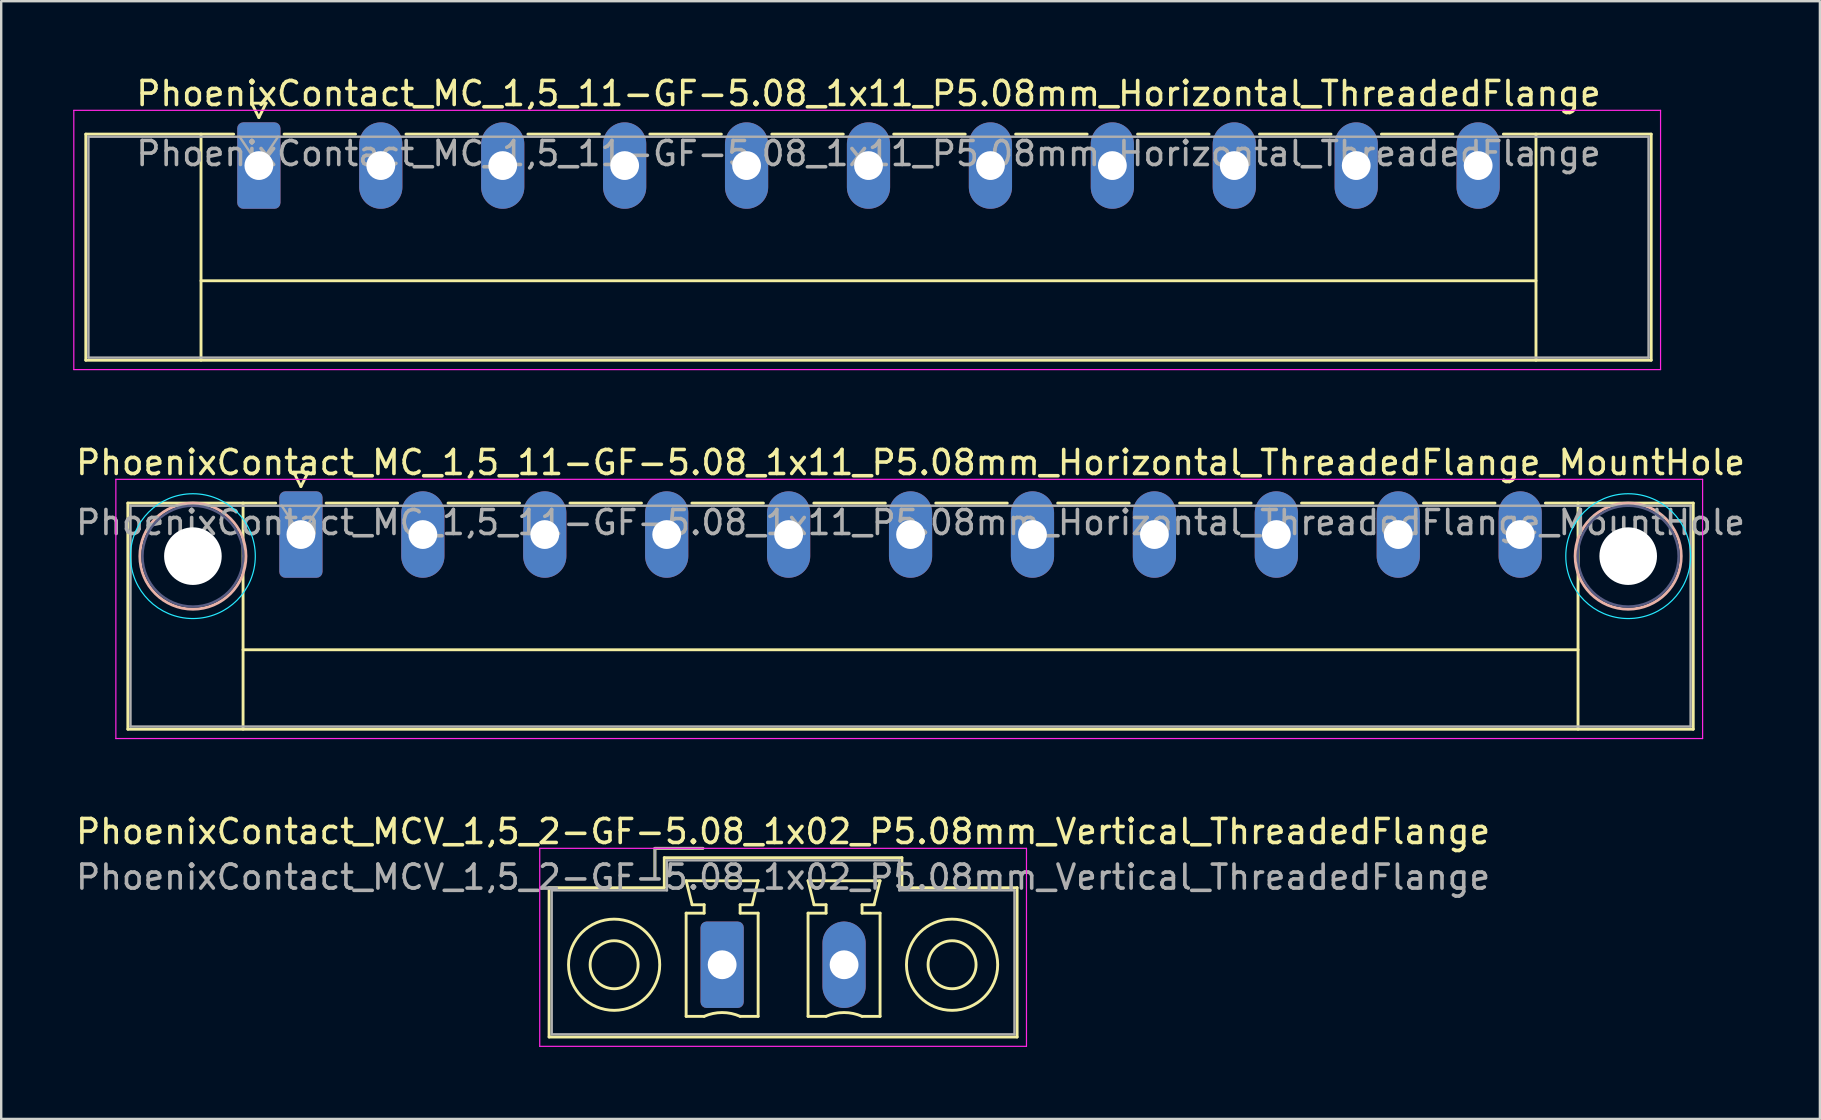
<source format=kicad_pcb>
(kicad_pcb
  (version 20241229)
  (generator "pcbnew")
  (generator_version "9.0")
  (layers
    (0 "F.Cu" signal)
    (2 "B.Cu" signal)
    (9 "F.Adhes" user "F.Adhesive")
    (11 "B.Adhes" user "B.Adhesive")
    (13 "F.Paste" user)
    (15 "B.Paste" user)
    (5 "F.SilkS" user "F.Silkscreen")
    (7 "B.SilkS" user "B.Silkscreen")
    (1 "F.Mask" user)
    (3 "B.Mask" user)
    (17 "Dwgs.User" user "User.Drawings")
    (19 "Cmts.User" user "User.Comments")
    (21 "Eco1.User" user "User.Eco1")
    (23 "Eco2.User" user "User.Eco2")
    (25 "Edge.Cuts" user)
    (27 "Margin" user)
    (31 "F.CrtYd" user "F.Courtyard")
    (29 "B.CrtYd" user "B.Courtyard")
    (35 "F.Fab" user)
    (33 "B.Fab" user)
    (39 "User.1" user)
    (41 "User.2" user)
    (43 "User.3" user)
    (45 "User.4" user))
  (footprint "PhoenixContact_MCV_1,5_2-GF-5.08_1x02_P5.08mm_Vertical_ThreadedFlange"
    (layer "F.Cu")
    (at 27.037 37.145)
    (property "Reference" "PhoenixContact_MCV_1,5_2-GF-5.08_1x02_P5.08mm_Vertical_ThreadedFlange" (at 2.54 -5.55 0) (layer "F.SilkS") (effects (font (size 1 1) (thickness 0.15))))
    (attr through_hole)
    (fp_line (start -7.21 -3.21) (end -7.21 3.01) (stroke (width 0.12) (type solid)) (layer "F.SilkS"))
    (fp_line (start -7.21 3.01) (end 12.29 3.01) (stroke (width 0.12) (type solid)) (layer "F.SilkS"))
    (fp_line (start -2.8 -4.85) (end -0.8 -4.85) (stroke (width 0.12) (type solid)) (layer "F.SilkS"))
    (fp_line (start -2.8 -3.6) (end -2.8 -4.85) (stroke (width 0.12) (type solid)) (layer "F.SilkS"))
    (fp_line (start -2.41 -4.46) (end -2.41 -3.21) (stroke (width 0.12) (type solid)) (layer "F.SilkS"))
    (fp_line (start -2.41 -3.21) (end -7.21 -3.21) (stroke (width 0.12) (type solid)) (layer "F.SilkS"))
    (fp_line (start -1.5 -3.5) (end 1.5 -3.5) (stroke (width 0.12) (type solid)) (layer "F.SilkS"))
    (fp_line (start -1.5 -2.15) (end -0.75 -2.15) (stroke (width 0.12) (type solid)) (layer "F.SilkS"))
    (fp_line (start -1.5 2.15) (end -1.5 -2.15) (stroke (width 0.12) (type solid)) (layer "F.SilkS"))
    (fp_line (start -1.25 -2.5) (end -1.5 -3.5) (stroke (width 0.12) (type solid)) (layer "F.SilkS"))
    (fp_line (start -0.75 -2.5) (end -1.25 -2.5) (stroke (width 0.12) (type solid)) (layer "F.SilkS"))
    (fp_line (start -0.75 -2.15) (end -0.75 -2.5) (stroke (width 0.12) (type solid)) (layer "F.SilkS"))
    (fp_line (start -0.75 2.15) (end -1.5 2.15) (stroke (width 0.12) (type solid)) (layer "F.SilkS"))
    (fp_line (start 0.75 -2.5) (end 0.75 -2.15) (stroke (width 0.12) (type solid)) (layer "F.SilkS"))
    (fp_line (start 0.75 -2.15) (end 1.5 -2.15) (stroke (width 0.12) (type solid)) (layer "F.SilkS"))
    (fp_line (start 1.25 -2.5) (end 0.75 -2.5) (stroke (width 0.12) (type solid)) (layer "F.SilkS"))
    (fp_line (start 1.5 -3.5) (end 1.25 -2.5) (stroke (width 0.12) (type solid)) (layer "F.SilkS"))
    (fp_line (start 1.5 -2.15) (end 1.5 2.15) (stroke (width 0.12) (type solid)) (layer "F.SilkS"))
    (fp_line (start 1.5 2.15) (end 0.75 2.15) (stroke (width 0.12) (type solid)) (layer "F.SilkS"))
    (fp_line (start 3.58 -3.5) (end 6.58 -3.5) (stroke (width 0.12) (type solid)) (layer "F.SilkS"))
    (fp_line (start 3.58 -2.15) (end 4.33 -2.15) (stroke (width 0.12) (type solid)) (layer "F.SilkS"))
    (fp_line (start 3.58 2.15) (end 3.58 -2.15) (stroke (width 0.12) (type solid)) (layer "F.SilkS"))
    (fp_line (start 3.83 -2.5) (end 3.58 -3.5) (stroke (width 0.12) (type solid)) (layer "F.SilkS"))
    (fp_line (start 4.33 -2.5) (end 3.83 -2.5) (stroke (width 0.12) (type solid)) (layer "F.SilkS"))
    (fp_line (start 4.33 -2.15) (end 4.33 -2.5) (stroke (width 0.12) (type solid)) (layer "F.SilkS"))
    (fp_line (start 4.33 2.15) (end 3.58 2.15) (stroke (width 0.12) (type solid)) (layer "F.SilkS"))
    (fp_line (start 5.83 -2.5) (end 5.83 -2.15) (stroke (width 0.12) (type solid)) (layer "F.SilkS"))
    (fp_line (start 5.83 -2.15) (end 6.58 -2.15) (stroke (width 0.12) (type solid)) (layer "F.SilkS"))
    (fp_line (start 6.33 -2.5) (end 5.83 -2.5) (stroke (width 0.12) (type solid)) (layer "F.SilkS"))
    (fp_line (start 6.58 -3.5) (end 6.33 -2.5) (stroke (width 0.12) (type solid)) (layer "F.SilkS"))
    (fp_line (start 6.58 -2.15) (end 6.58 2.15) (stroke (width 0.12) (type solid)) (layer "F.SilkS"))
    (fp_line (start 6.58 2.15) (end 5.83 2.15) (stroke (width 0.12) (type solid)) (layer "F.SilkS"))
    (fp_line (start 7.49 -4.46) (end -2.41 -4.46) (stroke (width 0.12) (type solid)) (layer "F.SilkS"))
    (fp_line (start 7.49 -3.21) (end 7.49 -4.46) (stroke (width 0.12) (type solid)) (layer "F.SilkS"))
    (fp_line (start 12.29 -3.21) (end 7.49 -3.21) (stroke (width 0.12) (type solid)) (layer "F.SilkS"))
    (fp_line (start 12.29 3.01) (end 12.29 -3.21) (stroke (width 0.12) (type solid)) (layer "F.SilkS"))
    (fp_arc (start -0.75 2.15) (mid -0.000193 1.99191) (end 0.749647 2.149844) (stroke (width 0.12) (type solid)) (layer "F.SilkS"))
    (fp_arc (start 4.33 2.15) (mid 5.079807 1.99191) (end 5.829647 2.149844) (stroke (width 0.12) (type solid)) (layer "F.SilkS"))
    (fp_circle (center -4.5 0) (end -3.5 0) (stroke (width 0.12) (type solid)) (fill no) (layer "F.SilkS"))
    (fp_circle (center -4.5 0) (end -2.6 0) (stroke (width 0.12) (type solid)) (fill no) (layer "F.SilkS"))
    (fp_circle (center 9.58 0) (end 10.58 0) (stroke (width 0.12) (type solid)) (fill no) (layer "F.SilkS"))
    (fp_circle (center 9.58 0) (end 11.48 0) (stroke (width 0.12) (type solid)) (fill no) (layer "F.SilkS"))
    (fp_line (start -7.6 -4.85) (end -7.6 3.4) (stroke (width 0.05) (type solid)) (layer "F.CrtYd"))
    (fp_line (start -7.6 3.4) (end 12.68 3.4) (stroke (width 0.05) (type solid)) (layer "F.CrtYd"))
    (fp_line (start 12.68 -4.85) (end -7.6 -4.85) (stroke (width 0.05) (type solid)) (layer "F.CrtYd"))
    (fp_line (start 12.68 3.4) (end 12.68 -4.85) (stroke (width 0.05) (type solid)) (layer "F.CrtYd"))
    (fp_line (start -7.1 -3.1) (end -7.1 2.9) (stroke (width 0.1) (type solid)) (layer "F.Fab"))
    (fp_line (start -7.1 2.9) (end 12.18 2.9) (stroke (width 0.1) (type solid)) (layer "F.Fab"))
    (fp_line (start -2.8 -4.85) (end -0.8 -4.85) (stroke (width 0.1) (type solid)) (layer "F.Fab"))
    (fp_line (start -2.8 -3.6) (end -2.8 -4.85) (stroke (width 0.1) (type solid)) (layer "F.Fab"))
    (fp_line (start -2.3 -4.35) (end -2.3 -3.1) (stroke (width 0.1) (type solid)) (layer "F.Fab"))
    (fp_line (start -2.3 -3.1) (end -7.1 -3.1) (stroke (width 0.1) (type solid)) (layer "F.Fab"))
    (fp_line (start 7.38 -4.35) (end -2.3 -4.35) (stroke (width 0.1) (type solid)) (layer "F.Fab"))
    (fp_line (start 7.38 -3.1) (end 7.38 -4.35) (stroke (width 0.1) (type solid)) (layer "F.Fab"))
    (fp_line (start 12.18 -3.1) (end 7.38 -3.1) (stroke (width 0.1) (type solid)) (layer "F.Fab"))
    (fp_line (start 12.18 2.9) (end 12.18 -3.1) (stroke (width 0.1) (type solid)) (layer "F.Fab"))
    (fp_text user "${REFERENCE}" (at 2.54 -3.65 0) (layer "F.Fab") (effects (font (size 1 1) (thickness 0.15))))
    (pad "1" thru_hole roundrect (at 0 0) (size 1.8 3.6) (drill 1.2) (layers "*.Cu" "*.Mask") (roundrect_rratio 0.139))
    (pad "2" thru_hole oval (at 5.08 0) (size 1.8 3.6) (drill 1.2) (layers "*.Cu" "*.Mask")))
  (footprint "PhoenixContact_MC_1,5_11-GF-5.08_1x11_P5.08mm_Horizontal_ThreadedFlange_MountHole"
    (layer "F.Cu")
    (at 9.487 19.221)
    (property "Reference" "PhoenixContact_MC_1,5_11-GF-5.08_1x11_P5.08mm_Horizontal_ThreadedFlange_MountHole" (at 25.4 -3 0) (layer "F.SilkS") (effects (font (size 1 1) (thickness 0.15))))
    (attr through_hole)
    (fp_line (start -7.21 -1.31) (end -7.21 8.11) (stroke (width 0.12) (type solid)) (layer "F.SilkS"))
    (fp_line (start -7.21 -1.31) (end -1.05 -1.31) (stroke (width 0.12) (type solid)) (layer "F.SilkS"))
    (fp_line (start -7.21 8.11) (end 58.01 8.11) (stroke (width 0.12) (type solid)) (layer "F.SilkS"))
    (fp_line (start -2.41 -1.31) (end -2.41 8.11) (stroke (width 0.12) (type solid)) (layer "F.SilkS"))
    (fp_line (start -2.41 4.8) (end 53.21 4.8) (stroke (width 0.12) (type solid)) (layer "F.SilkS"))
    (fp_line (start -0.3 -2.6) (end 0.3 -2.6) (stroke (width 0.12) (type solid)) (layer "F.SilkS"))
    (fp_line (start 0 -2) (end -0.3 -2.6) (stroke (width 0.12) (type solid)) (layer "F.SilkS"))
    (fp_line (start 0.3 -2.6) (end 0 -2) (stroke (width 0.12) (type solid)) (layer "F.SilkS"))
    (fp_line (start 1.05 -1.31) (end 4.03 -1.31) (stroke (width 0.12) (type solid)) (layer "F.SilkS"))
    (fp_line (start 6.13 -1.31) (end 9.11 -1.31) (stroke (width 0.12) (type solid)) (layer "F.SilkS"))
    (fp_line (start 11.21 -1.31) (end 14.19 -1.31) (stroke (width 0.12) (type solid)) (layer "F.SilkS"))
    (fp_line (start 16.29 -1.31) (end 19.27 -1.31) (stroke (width 0.12) (type solid)) (layer "F.SilkS"))
    (fp_line (start 21.37 -1.31) (end 24.35 -1.31) (stroke (width 0.12) (type solid)) (layer "F.SilkS"))
    (fp_line (start 26.45 -1.31) (end 29.43 -1.31) (stroke (width 0.12) (type solid)) (layer "F.SilkS"))
    (fp_line (start 31.53 -1.31) (end 34.51 -1.31) (stroke (width 0.12) (type solid)) (layer "F.SilkS"))
    (fp_line (start 36.61 -1.31) (end 39.59 -1.31) (stroke (width 0.12) (type solid)) (layer "F.SilkS"))
    (fp_line (start 41.69 -1.31) (end 44.67 -1.31) (stroke (width 0.12) (type solid)) (layer "F.SilkS"))
    (fp_line (start 46.77 -1.31) (end 49.75 -1.31) (stroke (width 0.12) (type solid)) (layer "F.SilkS"))
    (fp_line (start 53.21 -1.31) (end 53.21 8.11) (stroke (width 0.12) (type solid)) (layer "F.SilkS"))
    (fp_line (start 58.01 -1.31) (end 51.85 -1.31) (stroke (width 0.12) (type solid)) (layer "F.SilkS"))
    (fp_line (start 58.01 8.11) (end 58.01 -1.31) (stroke (width 0.12) (type solid)) (layer "F.SilkS"))
    (fp_circle (center -4.5 0.9) (end -2.29 0.9) (stroke (width 0.12) (type solid)) (fill no) (layer "B.SilkS"))
    (fp_circle (center 55.3 0.9) (end 57.51 0.9) (stroke (width 0.12) (type solid)) (fill no) (layer "B.SilkS"))
    (fp_circle (center -4.5 0.9) (end -1.9 0.9) (stroke (width 0.05) (type solid)) (fill no) (layer "B.CrtYd"))
    (fp_circle (center 55.3 0.9) (end 57.9 0.9) (stroke (width 0.05) (type solid)) (fill no) (layer "B.CrtYd"))
    (fp_line (start -7.71 -2.3) (end -7.71 8.5) (stroke (width 0.05) (type solid)) (layer "F.CrtYd"))
    (fp_line (start -7.71 8.5) (end 58.4 8.5) (stroke (width 0.05) (type solid)) (layer "F.CrtYd"))
    (fp_line (start 58.4 -2.3) (end -7.71 -2.3) (stroke (width 0.05) (type solid)) (layer "F.CrtYd"))
    (fp_line (start 58.4 8.5) (end 58.4 -2.3) (stroke (width 0.05) (type solid)) (layer "F.CrtYd"))
    (fp_circle (center -4.5 0.9) (end -2.4 0.9) (stroke (width 0.1) (type solid)) (fill no) (layer "B.Fab"))
    (fp_circle (center 55.3 0.9) (end 57.4 0.9) (stroke (width 0.1) (type solid)) (fill no) (layer "B.Fab"))
    (fp_line (start -7.1 -1.2) (end -7.1 8) (stroke (width 0.1) (type solid)) (layer "F.Fab"))
    (fp_line (start -7.1 8) (end 57.9 8) (stroke (width 0.1) (type solid)) (layer "F.Fab"))
    (fp_line (start 0 0) (end -0.8 -1.2) (stroke (width 0.1) (type solid)) (layer "F.Fab"))
    (fp_line (start 0.8 -1.2) (end 0 0) (stroke (width 0.1) (type solid)) (layer "F.Fab"))
    (fp_line (start 57.9 -1.2) (end -7.1 -1.2) (stroke (width 0.1) (type solid)) (layer "F.Fab"))
    (fp_line (start 57.9 8) (end 57.9 -1.2) (stroke (width 0.1) (type solid)) (layer "F.Fab"))
    (fp_text user "${REFERENCE}" (at 25.4 -0.5 0) (layer "F.Fab") (effects (font (size 1 1) (thickness 0.15))))
    (pad "" np_thru_hole circle (at -4.5 0.9) (size 2.4 2.4) (drill 2.4) (layers "*.Cu" "*.Mask"))
    (pad "" np_thru_hole circle (at 55.3 0.9) (size 2.4 2.4) (drill 2.4) (layers "*.Cu" "*.Mask"))
    (pad "1" thru_hole roundrect (at 0 0) (size 1.8 3.6) (drill 1.2) (layers "*.Cu" "*.Mask") (roundrect_rratio 0.139))
    (pad "2" thru_hole oval (at 5.08 0) (size 1.8 3.6) (drill 1.2) (layers "*.Cu" "*.Mask"))
    (pad "3" thru_hole oval (at 10.16 0) (size 1.8 3.6) (drill 1.2) (layers "*.Cu" "*.Mask"))
    (pad "4" thru_hole oval (at 15.24 0) (size 1.8 3.6) (drill 1.2) (layers "*.Cu" "*.Mask"))
    (pad "5" thru_hole oval (at 20.32 0) (size 1.8 3.6) (drill 1.2) (layers "*.Cu" "*.Mask"))
    (pad "6" thru_hole oval (at 25.4 0) (size 1.8 3.6) (drill 1.2) (layers "*.Cu" "*.Mask"))
    (pad "7" thru_hole oval (at 30.48 0) (size 1.8 3.6) (drill 1.2) (layers "*.Cu" "*.Mask"))
    (pad "8" thru_hole oval (at 35.56 0) (size 1.8 3.6) (drill 1.2) (layers "*.Cu" "*.Mask"))
    (pad "9" thru_hole oval (at 40.64 0) (size 1.8 3.6) (drill 1.2) (layers "*.Cu" "*.Mask"))
    (pad "10" thru_hole oval (at 45.72 0) (size 1.8 3.6) (drill 1.2) (layers "*.Cu" "*.Mask"))
    (pad "11" thru_hole oval (at 50.8 0) (size 1.8 3.6) (drill 1.2) (layers "*.Cu" "*.Mask")))
  (footprint "PhoenixContact_MC_1,5_11-GF-5.08_1x11_P5.08mm_Horizontal_ThreadedFlange"
    (layer "F.Cu")
    (at 7.735 3.848)
    (property "Reference" "PhoenixContact_MC_1,5_11-GF-5.08_1x11_P5.08mm_Horizontal_ThreadedFlange" (at 25.4 -3 0) (layer "F.SilkS") (effects (font (size 1 1) (thickness 0.15))))
    (attr through_hole)
    (fp_line (start -7.21 -1.31) (end -7.21 8.11) (stroke (width 0.12) (type solid)) (layer "F.SilkS"))
    (fp_line (start -7.21 -1.31) (end -1.05 -1.31) (stroke (width 0.12) (type solid)) (layer "F.SilkS"))
    (fp_line (start -7.21 8.11) (end 58.01 8.11) (stroke (width 0.12) (type solid)) (layer "F.SilkS"))
    (fp_line (start -2.41 -1.31) (end -2.41 8.11) (stroke (width 0.12) (type solid)) (layer "F.SilkS"))
    (fp_line (start -2.41 4.8) (end 53.21 4.8) (stroke (width 0.12) (type solid)) (layer "F.SilkS"))
    (fp_line (start -0.3 -2.6) (end 0.3 -2.6) (stroke (width 0.12) (type solid)) (layer "F.SilkS"))
    (fp_line (start 0 -2) (end -0.3 -2.6) (stroke (width 0.12) (type solid)) (layer "F.SilkS"))
    (fp_line (start 0.3 -2.6) (end 0 -2) (stroke (width 0.12) (type solid)) (layer "F.SilkS"))
    (fp_line (start 1.05 -1.31) (end 4.03 -1.31) (stroke (width 0.12) (type solid)) (layer "F.SilkS"))
    (fp_line (start 6.13 -1.31) (end 9.11 -1.31) (stroke (width 0.12) (type solid)) (layer "F.SilkS"))
    (fp_line (start 11.21 -1.31) (end 14.19 -1.31) (stroke (width 0.12) (type solid)) (layer "F.SilkS"))
    (fp_line (start 16.29 -1.31) (end 19.27 -1.31) (stroke (width 0.12) (type solid)) (layer "F.SilkS"))
    (fp_line (start 21.37 -1.31) (end 24.35 -1.31) (stroke (width 0.12) (type solid)) (layer "F.SilkS"))
    (fp_line (start 26.45 -1.31) (end 29.43 -1.31) (stroke (width 0.12) (type solid)) (layer "F.SilkS"))
    (fp_line (start 31.53 -1.31) (end 34.51 -1.31) (stroke (width 0.12) (type solid)) (layer "F.SilkS"))
    (fp_line (start 36.61 -1.31) (end 39.59 -1.31) (stroke (width 0.12) (type solid)) (layer "F.SilkS"))
    (fp_line (start 41.69 -1.31) (end 44.67 -1.31) (stroke (width 0.12) (type solid)) (layer "F.SilkS"))
    (fp_line (start 46.77 -1.31) (end 49.75 -1.31) (stroke (width 0.12) (type solid)) (layer "F.SilkS"))
    (fp_line (start 53.21 -1.31) (end 53.21 8.11) (stroke (width 0.12) (type solid)) (layer "F.SilkS"))
    (fp_line (start 58.01 -1.31) (end 51.85 -1.31) (stroke (width 0.12) (type solid)) (layer "F.SilkS"))
    (fp_line (start 58.01 8.11) (end 58.01 -1.31) (stroke (width 0.12) (type solid)) (layer "F.SilkS"))
    (fp_line (start -7.71 -2.3) (end -7.71 8.5) (stroke (width 0.05) (type solid)) (layer "F.CrtYd"))
    (fp_line (start -7.71 8.5) (end 58.4 8.5) (stroke (width 0.05) (type solid)) (layer "F.CrtYd"))
    (fp_line (start 58.4 -2.3) (end -7.71 -2.3) (stroke (width 0.05) (type solid)) (layer "F.CrtYd"))
    (fp_line (start 58.4 8.5) (end 58.4 -2.3) (stroke (width 0.05) (type solid)) (layer "F.CrtYd"))
    (fp_line (start -7.1 -1.2) (end -7.1 8) (stroke (width 0.1) (type solid)) (layer "F.Fab"))
    (fp_line (start -7.1 8) (end 57.9 8) (stroke (width 0.1) (type solid)) (layer "F.Fab"))
    (fp_line (start 0 0) (end -0.8 -1.2) (stroke (width 0.1) (type solid)) (layer "F.Fab"))
    (fp_line (start 0.8 -1.2) (end 0 0) (stroke (width 0.1) (type solid)) (layer "F.Fab"))
    (fp_line (start 57.9 -1.2) (end -7.1 -1.2) (stroke (width 0.1) (type solid)) (layer "F.Fab"))
    (fp_line (start 57.9 8) (end 57.9 -1.2) (stroke (width 0.1) (type solid)) (layer "F.Fab"))
    (fp_text user "${REFERENCE}" (at 25.4 -0.5 0) (layer "F.Fab") (effects (font (size 1 1) (thickness 0.15))))
    (pad "1" thru_hole roundrect (at 0 0) (size 1.8 3.6) (drill 1.2) (layers "*.Cu" "*.Mask") (roundrect_rratio 0.139))
    (pad "2" thru_hole oval (at 5.08 0) (size 1.8 3.6) (drill 1.2) (layers "*.Cu" "*.Mask"))
    (pad "3" thru_hole oval (at 10.16 0) (size 1.8 3.6) (drill 1.2) (layers "*.Cu" "*.Mask"))
    (pad "4" thru_hole oval (at 15.24 0) (size 1.8 3.6) (drill 1.2) (layers "*.Cu" "*.Mask"))
    (pad "5" thru_hole oval (at 20.32 0) (size 1.8 3.6) (drill 1.2) (layers "*.Cu" "*.Mask"))
    (pad "6" thru_hole oval (at 25.4 0) (size 1.8 3.6) (drill 1.2) (layers "*.Cu" "*.Mask"))
    (pad "7" thru_hole oval (at 30.48 0) (size 1.8 3.6) (drill 1.2) (layers "*.Cu" "*.Mask"))
    (pad "8" thru_hole oval (at 35.56 0) (size 1.8 3.6) (drill 1.2) (layers "*.Cu" "*.Mask"))
    (pad "9" thru_hole oval (at 40.64 0) (size 1.8 3.6) (drill 1.2) (layers "*.Cu" "*.Mask"))
    (pad "10" thru_hole oval (at 45.72 0) (size 1.8 3.6) (drill 1.2) (layers "*.Cu" "*.Mask"))
    (pad "11" thru_hole oval (at 50.8 0) (size 1.8 3.6) (drill 1.2) (layers "*.Cu" "*.Mask")))
  (gr_rect
    (start -3 -3)
    (end 72.774 43.57)
    (stroke (width 0.1) (type default))
    (fill no)
    (layer "Edge.Cuts")))
</source>
